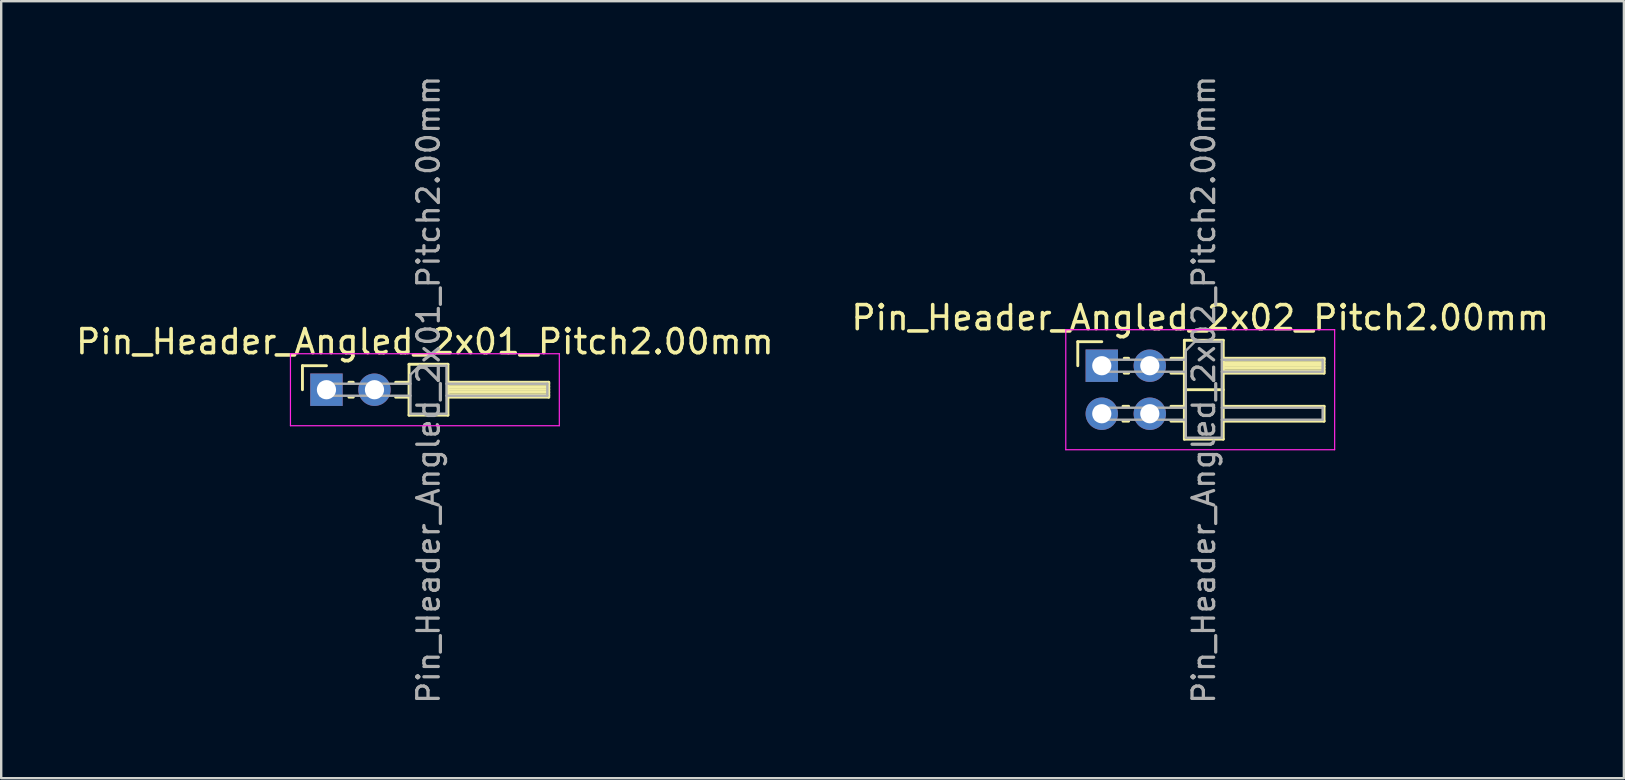
<source format=kicad_pcb>
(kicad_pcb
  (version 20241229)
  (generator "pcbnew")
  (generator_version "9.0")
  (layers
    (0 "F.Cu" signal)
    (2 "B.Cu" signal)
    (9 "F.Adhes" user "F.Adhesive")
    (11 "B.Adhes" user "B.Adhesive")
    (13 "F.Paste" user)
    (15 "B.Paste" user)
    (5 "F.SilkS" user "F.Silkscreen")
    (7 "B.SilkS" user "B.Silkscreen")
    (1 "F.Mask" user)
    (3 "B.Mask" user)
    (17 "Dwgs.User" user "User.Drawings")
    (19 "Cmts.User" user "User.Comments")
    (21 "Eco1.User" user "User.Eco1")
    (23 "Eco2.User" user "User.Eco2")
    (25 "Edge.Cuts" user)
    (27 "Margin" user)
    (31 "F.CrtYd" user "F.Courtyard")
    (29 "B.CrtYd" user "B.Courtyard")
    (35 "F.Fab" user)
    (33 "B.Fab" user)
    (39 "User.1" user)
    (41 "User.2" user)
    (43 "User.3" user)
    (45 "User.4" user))
  (footprint "Pin_Header_Angled_2x02_Pitch2.00mm"
    (layer "F.Cu")
    (at 42.846 12.184)
    (property "Reference" "Pin_Header_Angled_2x02_Pitch2.00mm" (at 4.1 -2 0) (layer "F.SilkS") (effects (font (size 1 1) (thickness 0.15))))
    (attr through_hole)
    (fp_line (start -1 -1) (end 0 -1) (stroke (width 0.12) (type solid)) (layer "F.SilkS"))
    (fp_line (start -1 0) (end -1 -1) (stroke (width 0.12) (type solid)) (layer "F.SilkS"))
    (fp_line (start 0.882 1.69) (end 1.118 1.69) (stroke (width 0.12) (type solid)) (layer "F.SilkS"))
    (fp_line (start 0.882 2.31) (end 1.118 2.31) (stroke (width 0.12) (type solid)) (layer "F.SilkS"))
    (fp_line (start 0.935 -0.31) (end 1.118 -0.31) (stroke (width 0.12) (type solid)) (layer "F.SilkS"))
    (fp_line (start 0.935 0.31) (end 1.118 0.31) (stroke (width 0.12) (type solid)) (layer "F.SilkS"))
    (fp_line (start 2.882 -0.31) (end 3.44 -0.31) (stroke (width 0.12) (type solid)) (layer "F.SilkS"))
    (fp_line (start 2.882 0.31) (end 3.44 0.31) (stroke (width 0.12) (type solid)) (layer "F.SilkS"))
    (fp_line (start 2.882 1.69) (end 3.44 1.69) (stroke (width 0.12) (type solid)) (layer "F.SilkS"))
    (fp_line (start 2.882 2.31) (end 3.44 2.31) (stroke (width 0.12) (type solid)) (layer "F.SilkS"))
    (fp_line (start 3.44 -1.06) (end 3.44 3.06) (stroke (width 0.12) (type solid)) (layer "F.SilkS"))
    (fp_line (start 3.44 1) (end 5.06 1) (stroke (width 0.12) (type solid)) (layer "F.SilkS"))
    (fp_line (start 3.44 3.06) (end 5.06 3.06) (stroke (width 0.12) (type solid)) (layer "F.SilkS"))
    (fp_line (start 5.06 -1.06) (end 3.44 -1.06) (stroke (width 0.12) (type solid)) (layer "F.SilkS"))
    (fp_line (start 5.06 -0.31) (end 9.26 -0.31) (stroke (width 0.12) (type solid)) (layer "F.SilkS"))
    (fp_line (start 5.06 -0.25) (end 9.26 -0.25) (stroke (width 0.12) (type solid)) (layer "F.SilkS"))
    (fp_line (start 5.06 -0.13) (end 9.26 -0.13) (stroke (width 0.12) (type solid)) (layer "F.SilkS"))
    (fp_line (start 5.06 -0.01) (end 9.26 -0.01) (stroke (width 0.12) (type solid)) (layer "F.SilkS"))
    (fp_line (start 5.06 0.11) (end 9.26 0.11) (stroke (width 0.12) (type solid)) (layer "F.SilkS"))
    (fp_line (start 5.06 0.23) (end 9.26 0.23) (stroke (width 0.12) (type solid)) (layer "F.SilkS"))
    (fp_line (start 5.06 1.69) (end 9.26 1.69) (stroke (width 0.12) (type solid)) (layer "F.SilkS"))
    (fp_line (start 5.06 3.06) (end 5.06 -1.06) (stroke (width 0.12) (type solid)) (layer "F.SilkS"))
    (fp_line (start 9.26 -0.31) (end 9.26 0.31) (stroke (width 0.12) (type solid)) (layer "F.SilkS"))
    (fp_line (start 9.26 0.31) (end 5.06 0.31) (stroke (width 0.12) (type solid)) (layer "F.SilkS"))
    (fp_line (start 9.26 1.69) (end 9.26 2.31) (stroke (width 0.12) (type solid)) (layer "F.SilkS"))
    (fp_line (start 9.26 2.31) (end 5.06 2.31) (stroke (width 0.12) (type solid)) (layer "F.SilkS"))
    (fp_line (start -1.5 -1.5) (end -1.5 3.5) (stroke (width 0.05) (type solid)) (layer "F.CrtYd"))
    (fp_line (start -1.5 3.5) (end 9.7 3.5) (stroke (width 0.05) (type solid)) (layer "F.CrtYd"))
    (fp_line (start 9.7 -1.5) (end -1.5 -1.5) (stroke (width 0.05) (type solid)) (layer "F.CrtYd"))
    (fp_line (start 9.7 3.5) (end 9.7 -1.5) (stroke (width 0.05) (type solid)) (layer "F.CrtYd"))
    (fp_line (start -0.25 -0.25) (end -0.25 0.25) (stroke (width 0.1) (type solid)) (layer "F.Fab"))
    (fp_line (start -0.25 -0.25) (end 3.5 -0.25) (stroke (width 0.1) (type solid)) (layer "F.Fab"))
    (fp_line (start -0.25 0.25) (end 3.5 0.25) (stroke (width 0.1) (type solid)) (layer "F.Fab"))
    (fp_line (start -0.25 1.75) (end -0.25 2.25) (stroke (width 0.1) (type solid)) (layer "F.Fab"))
    (fp_line (start -0.25 1.75) (end 3.5 1.75) (stroke (width 0.1) (type solid)) (layer "F.Fab"))
    (fp_line (start -0.25 2.25) (end 3.5 2.25) (stroke (width 0.1) (type solid)) (layer "F.Fab"))
    (fp_line (start 3.5 -0.625) (end 3.875 -1) (stroke (width 0.1) (type solid)) (layer "F.Fab"))
    (fp_line (start 3.5 3) (end 3.5 -0.625) (stroke (width 0.1) (type solid)) (layer "F.Fab"))
    (fp_line (start 3.875 -1) (end 5 -1) (stroke (width 0.1) (type solid)) (layer "F.Fab"))
    (fp_line (start 5 -1) (end 5 3) (stroke (width 0.1) (type solid)) (layer "F.Fab"))
    (fp_line (start 5 -0.25) (end 9.2 -0.25) (stroke (width 0.1) (type solid)) (layer "F.Fab"))
    (fp_line (start 5 0.25) (end 9.2 0.25) (stroke (width 0.1) (type solid)) (layer "F.Fab"))
    (fp_line (start 5 1.75) (end 9.2 1.75) (stroke (width 0.1) (type solid)) (layer "F.Fab"))
    (fp_line (start 5 2.25) (end 9.2 2.25) (stroke (width 0.1) (type solid)) (layer "F.Fab"))
    (fp_line (start 5 3) (end 3.5 3) (stroke (width 0.1) (type solid)) (layer "F.Fab"))
    (fp_line (start 9.2 -0.25) (end 9.2 0.25) (stroke (width 0.1) (type solid)) (layer "F.Fab"))
    (fp_line (start 9.2 1.75) (end 9.2 2.25) (stroke (width 0.1) (type solid)) (layer "F.Fab"))
    (fp_text user "${REFERENCE}" (at 4.25 1 90) (layer "F.Fab") (effects (font (size 0.9 0.9) (thickness 0.135))))
    (pad "1" thru_hole rect (at 0 0) (size 1.35 1.35) (drill 0.8) (layers "*.Cu" "*.Mask"))
    (pad "2" thru_hole oval (at 2 0) (size 1.35 1.35) (drill 0.8) (layers "*.Cu" "*.Mask"))
    (pad "3" thru_hole oval (at 0 2) (size 1.35 1.35) (drill 0.8) (layers "*.Cu" "*.Mask"))
    (pad "4" thru_hole oval (at 2 2) (size 1.35 1.35) (drill 0.8) (layers "*.Cu" "*.Mask")))
  (footprint "Pin_Header_Angled_2x01_Pitch2.00mm"
    (layer "F.Cu")
    (at 10.549 13.184)
    (property "Reference" "Pin_Header_Angled_2x01_Pitch2.00mm" (at 4.1 -2 0) (layer "F.SilkS") (effects (font (size 1 1) (thickness 0.15))))
    (attr through_hole)
    (fp_line (start -1 -1) (end 0 -1) (stroke (width 0.12) (type solid)) (layer "F.SilkS"))
    (fp_line (start -1 0) (end -1 -1) (stroke (width 0.12) (type solid)) (layer "F.SilkS"))
    (fp_line (start 0.935 -0.31) (end 1.118 -0.31) (stroke (width 0.12) (type solid)) (layer "F.SilkS"))
    (fp_line (start 0.935 0.31) (end 1.118 0.31) (stroke (width 0.12) (type solid)) (layer "F.SilkS"))
    (fp_line (start 2.882 -0.31) (end 3.44 -0.31) (stroke (width 0.12) (type solid)) (layer "F.SilkS"))
    (fp_line (start 2.882 0.31) (end 3.44 0.31) (stroke (width 0.12) (type solid)) (layer "F.SilkS"))
    (fp_line (start 3.44 -1.06) (end 3.44 1.06) (stroke (width 0.12) (type solid)) (layer "F.SilkS"))
    (fp_line (start 3.44 1.06) (end 5.06 1.06) (stroke (width 0.12) (type solid)) (layer "F.SilkS"))
    (fp_line (start 5.06 -1.06) (end 3.44 -1.06) (stroke (width 0.12) (type solid)) (layer "F.SilkS"))
    (fp_line (start 5.06 -0.31) (end 9.26 -0.31) (stroke (width 0.12) (type solid)) (layer "F.SilkS"))
    (fp_line (start 5.06 -0.25) (end 9.26 -0.25) (stroke (width 0.12) (type solid)) (layer "F.SilkS"))
    (fp_line (start 5.06 -0.13) (end 9.26 -0.13) (stroke (width 0.12) (type solid)) (layer "F.SilkS"))
    (fp_line (start 5.06 -0.01) (end 9.26 -0.01) (stroke (width 0.12) (type solid)) (layer "F.SilkS"))
    (fp_line (start 5.06 0.11) (end 9.26 0.11) (stroke (width 0.12) (type solid)) (layer "F.SilkS"))
    (fp_line (start 5.06 0.23) (end 9.26 0.23) (stroke (width 0.12) (type solid)) (layer "F.SilkS"))
    (fp_line (start 5.06 1.06) (end 5.06 -1.06) (stroke (width 0.12) (type solid)) (layer "F.SilkS"))
    (fp_line (start 9.26 -0.31) (end 9.26 0.31) (stroke (width 0.12) (type solid)) (layer "F.SilkS"))
    (fp_line (start 9.26 0.31) (end 5.06 0.31) (stroke (width 0.12) (type solid)) (layer "F.SilkS"))
    (fp_line (start -1.5 -1.5) (end -1.5 1.5) (stroke (width 0.05) (type solid)) (layer "F.CrtYd"))
    (fp_line (start -1.5 1.5) (end 9.7 1.5) (stroke (width 0.05) (type solid)) (layer "F.CrtYd"))
    (fp_line (start 9.7 -1.5) (end -1.5 -1.5) (stroke (width 0.05) (type solid)) (layer "F.CrtYd"))
    (fp_line (start 9.7 1.5) (end 9.7 -1.5) (stroke (width 0.05) (type solid)) (layer "F.CrtYd"))
    (fp_line (start -0.25 -0.25) (end -0.25 0.25) (stroke (width 0.1) (type solid)) (layer "F.Fab"))
    (fp_line (start -0.25 -0.25) (end 3.5 -0.25) (stroke (width 0.1) (type solid)) (layer "F.Fab"))
    (fp_line (start -0.25 0.25) (end 3.5 0.25) (stroke (width 0.1) (type solid)) (layer "F.Fab"))
    (fp_line (start 3.5 -0.625) (end 3.875 -1) (stroke (width 0.1) (type solid)) (layer "F.Fab"))
    (fp_line (start 3.5 1) (end 3.5 -0.625) (stroke (width 0.1) (type solid)) (layer "F.Fab"))
    (fp_line (start 3.875 -1) (end 5 -1) (stroke (width 0.1) (type solid)) (layer "F.Fab"))
    (fp_line (start 5 -1) (end 5 1) (stroke (width 0.1) (type solid)) (layer "F.Fab"))
    (fp_line (start 5 -0.25) (end 9.2 -0.25) (stroke (width 0.1) (type solid)) (layer "F.Fab"))
    (fp_line (start 5 0.25) (end 9.2 0.25) (stroke (width 0.1) (type solid)) (layer "F.Fab"))
    (fp_line (start 5 1) (end 3.5 1) (stroke (width 0.1) (type solid)) (layer "F.Fab"))
    (fp_line (start 9.2 -0.25) (end 9.2 0.25) (stroke (width 0.1) (type solid)) (layer "F.Fab"))
    (fp_text user "${REFERENCE}" (at 4.25 0 90) (layer "F.Fab") (effects (font (size 0.9 0.9) (thickness 0.135))))
    (pad "1" thru_hole rect (at 0 0) (size 1.35 1.35) (drill 0.8) (layers "*.Cu" "*.Mask"))
    (pad "2" thru_hole oval (at 2 0) (size 1.35 1.35) (drill 0.8) (layers "*.Cu" "*.Mask")))
  (gr_rect
    (start -3 -3)
    (end 64.595 29.368)
    (stroke (width 0.1) (type default))
    (fill no)
    (layer "Edge.Cuts")))
</source>
